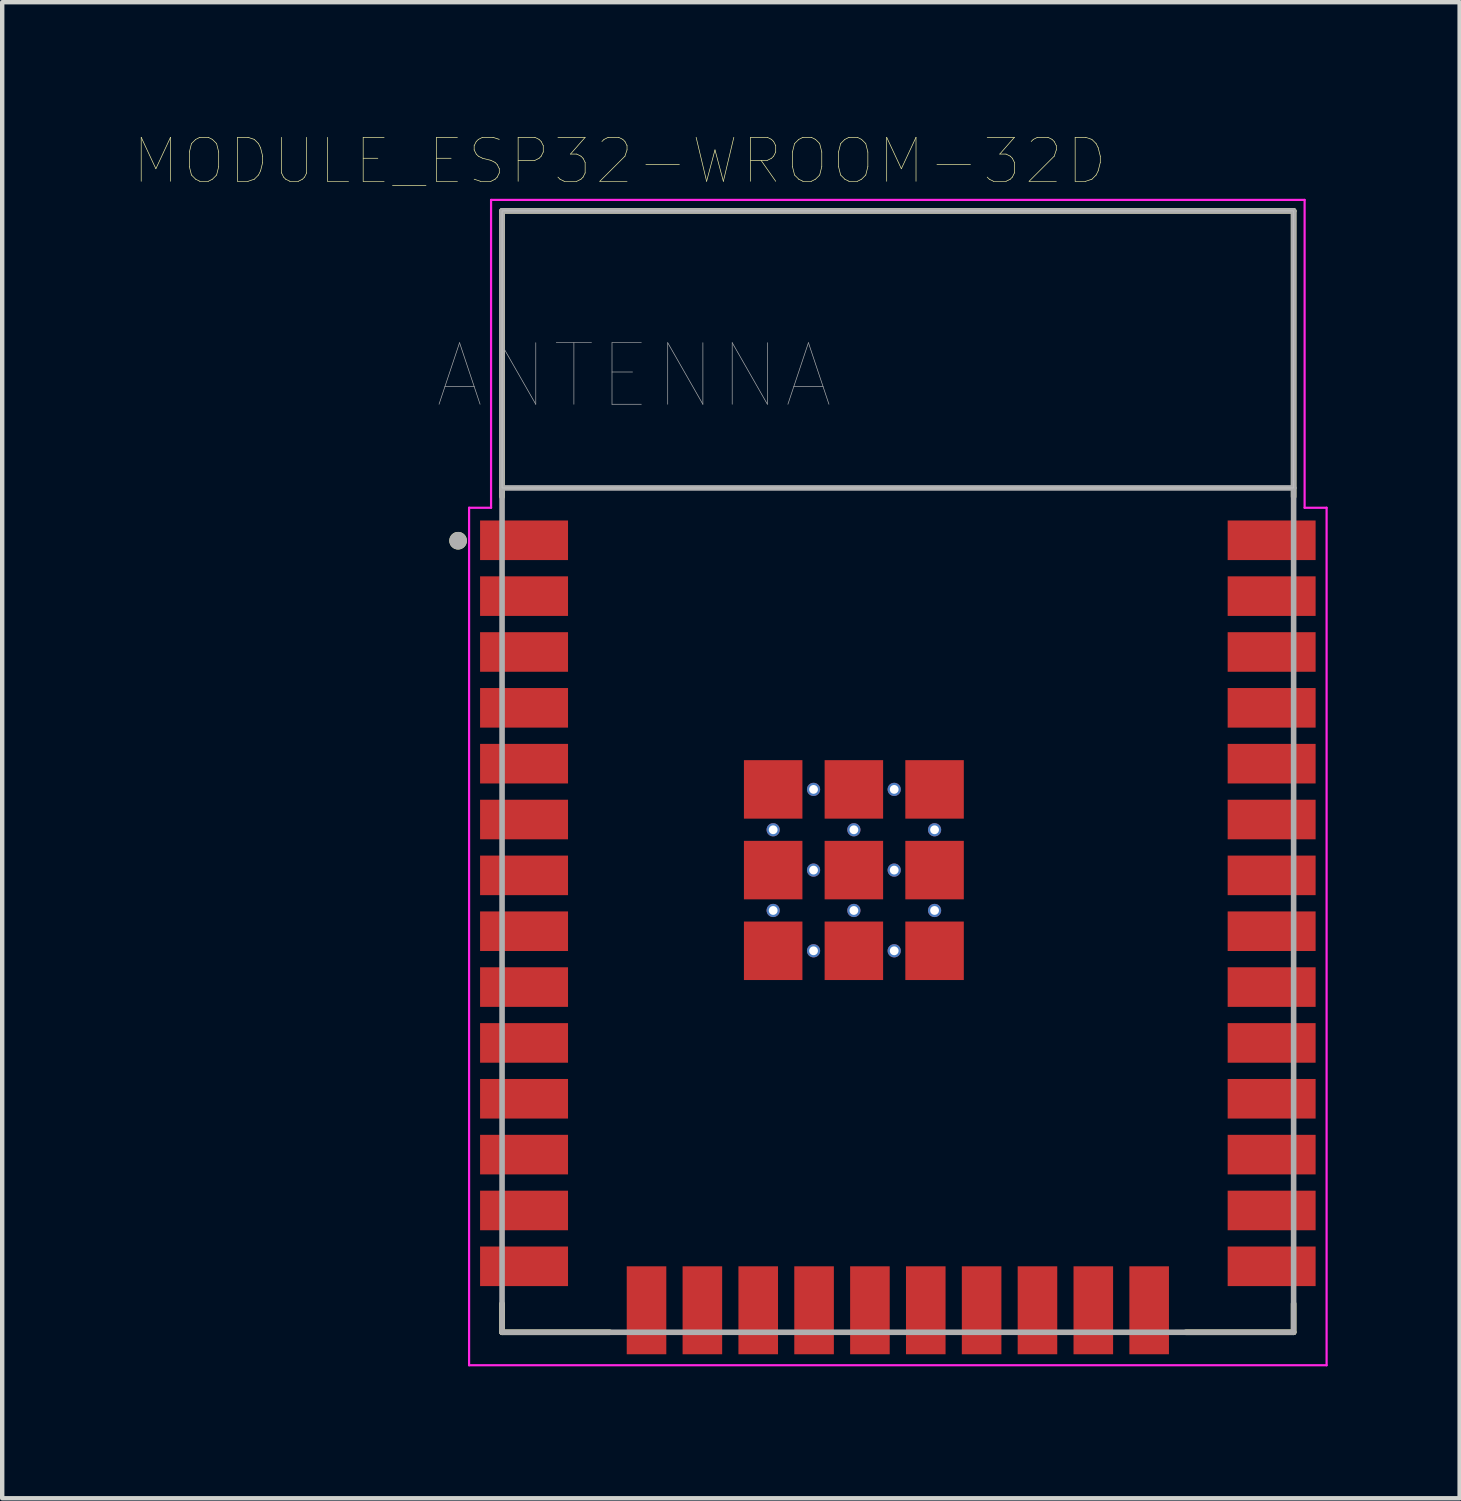
<source format=kicad_pcb>
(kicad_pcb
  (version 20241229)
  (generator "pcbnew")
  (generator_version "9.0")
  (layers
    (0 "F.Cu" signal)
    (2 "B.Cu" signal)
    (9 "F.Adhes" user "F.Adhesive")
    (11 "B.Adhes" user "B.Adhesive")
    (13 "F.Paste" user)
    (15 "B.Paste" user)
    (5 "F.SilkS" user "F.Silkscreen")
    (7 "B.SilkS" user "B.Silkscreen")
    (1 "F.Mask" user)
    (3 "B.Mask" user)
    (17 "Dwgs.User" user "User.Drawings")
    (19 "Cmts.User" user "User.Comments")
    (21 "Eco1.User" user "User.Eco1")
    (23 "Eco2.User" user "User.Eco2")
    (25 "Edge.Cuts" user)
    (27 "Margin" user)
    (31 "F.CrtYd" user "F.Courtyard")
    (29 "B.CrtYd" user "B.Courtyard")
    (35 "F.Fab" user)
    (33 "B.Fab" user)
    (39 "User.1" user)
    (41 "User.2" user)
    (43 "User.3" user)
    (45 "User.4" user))
  (footprint "MODULE_ESP32-WROOM-32D"
    (layer "F.Cu")
    (at 17.367 14.496)
    (property "Reference" "MODULE_ESP32-WROOM-32D" (at -6.325 -13.885 0) (layer "F.SilkS") (effects (font (size 1 1) (thickness 0.015))))
    (attr through_hole)
    (fp_line (start -9 -12.75) (end 9 -12.75) (stroke (width 0.127) (type solid)) (layer "F.SilkS"))
    (fp_line (start -9 -6.25) (end -9 -12.75) (stroke (width 0.127) (type solid)) (layer "F.SilkS"))
    (fp_line (start -9 12.1) (end -9 12.75) (stroke (width 0.127) (type solid)) (layer "F.SilkS"))
    (fp_line (start -9 12.75) (end -6.55 12.75) (stroke (width 0.127) (type solid)) (layer "F.SilkS"))
    (fp_line (start 6.55 12.75) (end 9 12.75) (stroke (width 0.127) (type solid)) (layer "F.SilkS"))
    (fp_line (start 9 -12.75) (end 9 -6.25) (stroke (width 0.127) (type solid)) (layer "F.SilkS"))
    (fp_line (start 9 12.75) (end 9 12.1) (stroke (width 0.127) (type solid)) (layer "F.SilkS"))
    (fp_circle (center -10 -5.25) (end -9.9 -5.25) (stroke (width 0.2) (type solid)) (fill no) (layer "F.SilkS"))
    (fp_poly (pts (xy -9 -12.75) (xy 9 -12.75) (xy 9 -6.45) (xy -9 -6.45)) (stroke (width 0.01) (type solid)) (fill no) (layer "Dwgs.User"))
    (fp_poly (pts (xy -9 -12.75) (xy 9 -12.75) (xy 9 -6.45) (xy -9 -6.45)) (stroke (width 0.01) (type solid)) (fill no) (layer "Dwgs.User"))
    (fp_line (start -9.75 -6) (end -9.25 -6) (stroke (width 0.05) (type solid)) (layer "F.CrtYd"))
    (fp_line (start -9.75 13.5) (end -9.75 -6) (stroke (width 0.05) (type solid)) (layer "F.CrtYd"))
    (fp_line (start -9.25 -13) (end 9.25 -13) (stroke (width 0.05) (type solid)) (layer "F.CrtYd"))
    (fp_line (start -9.25 -6) (end -9.25 -13) (stroke (width 0.05) (type solid)) (layer "F.CrtYd"))
    (fp_line (start 9.25 -13) (end 9.25 -6) (stroke (width 0.05) (type solid)) (layer "F.CrtYd"))
    (fp_line (start 9.25 -6) (end 9.75 -6) (stroke (width 0.05) (type solid)) (layer "F.CrtYd"))
    (fp_line (start 9.75 -6) (end 9.75 13.5) (stroke (width 0.05) (type solid)) (layer "F.CrtYd"))
    (fp_line (start 9.75 13.5) (end -9.75 13.5) (stroke (width 0.05) (type solid)) (layer "F.CrtYd"))
    (fp_line (start -9 -12.75) (end -9 -6.45) (stroke (width 0.127) (type solid)) (layer "F.Fab"))
    (fp_line (start -9 -12.75) (end 9 -12.75) (stroke (width 0.127) (type solid)) (layer "F.Fab"))
    (fp_line (start -9 -6.45) (end 9 -6.45) (stroke (width 0.127) (type solid)) (layer "F.Fab"))
    (fp_line (start -9 12.75) (end -9 -6.45) (stroke (width 0.127) (type solid)) (layer "F.Fab"))
    (fp_line (start 9 -12.75) (end 9 -6.45) (stroke (width 0.127) (type solid)) (layer "F.Fab"))
    (fp_line (start 9 -6.45) (end 9 12.75) (stroke (width 0.127) (type solid)) (layer "F.Fab"))
    (fp_line (start 9 12.75) (end -9 12.75) (stroke (width 0.127) (type solid)) (layer "F.Fab"))
    (fp_circle (center -10 -5.25) (end -9.9 -5.25) (stroke (width 0.2) (type solid)) (fill no) (layer "F.Fab"))
    (fp_text user "ANTENNA" (at -6 -9 0) (layer "F.Fab") (effects (font (size 1.4 1.4) (thickness 0.015))))
    (pad "1" smd rect (at -8.5 -5.26) (size 2 0.9) (layers "F.Cu" "F.Mask" "F.Paste"))
    (pad "2" smd rect (at -8.5 -3.99) (size 2 0.9) (layers "F.Cu" "F.Mask" "F.Paste"))
    (pad "3" smd rect (at -8.5 -2.72) (size 2 0.9) (layers "F.Cu" "F.Mask" "F.Paste"))
    (pad "4" smd rect (at -8.5 -1.45) (size 2 0.9) (layers "F.Cu" "F.Mask" "F.Paste"))
    (pad "5" smd rect (at -8.5 -0.18) (size 2 0.9) (layers "F.Cu" "F.Mask" "F.Paste"))
    (pad "6" smd rect (at -8.5 1.09) (size 2 0.9) (layers "F.Cu" "F.Mask" "F.Paste"))
    (pad "7" smd rect (at -8.5 2.36) (size 2 0.9) (layers "F.Cu" "F.Mask" "F.Paste"))
    (pad "8" smd rect (at -8.5 3.63) (size 2 0.9) (layers "F.Cu" "F.Mask" "F.Paste"))
    (pad "9" smd rect (at -8.5 4.9) (size 2 0.9) (layers "F.Cu" "F.Mask" "F.Paste"))
    (pad "10" smd rect (at -8.5 6.17) (size 2 0.9) (layers "F.Cu" "F.Mask" "F.Paste"))
    (pad "11" smd rect (at -8.5 7.44) (size 2 0.9) (layers "F.Cu" "F.Mask" "F.Paste"))
    (pad "12" smd rect (at -8.5 8.71) (size 2 0.9) (layers "F.Cu" "F.Mask" "F.Paste"))
    (pad "13" smd rect (at -8.5 9.98) (size 2 0.9) (layers "F.Cu" "F.Mask" "F.Paste"))
    (pad "14" smd rect (at -8.5 11.25) (size 2 0.9) (layers "F.Cu" "F.Mask" "F.Paste"))
    (pad "15" smd rect (at -5.715 12.25) (size 0.9 2) (layers "F.Cu" "F.Mask" "F.Paste"))
    (pad "16" smd rect (at -4.445 12.25) (size 0.9 2) (layers "F.Cu" "F.Mask" "F.Paste"))
    (pad "17" smd rect (at -3.175 12.25) (size 0.9 2) (layers "F.Cu" "F.Mask" "F.Paste"))
    (pad "18" smd rect (at -1.905 12.25) (size 0.9 2) (layers "F.Cu" "F.Mask" "F.Paste"))
    (pad "19" smd rect (at -0.635 12.25) (size 0.9 2) (layers "F.Cu" "F.Mask" "F.Paste"))
    (pad "20" smd rect (at 0.635 12.25) (size 0.9 2) (layers "F.Cu" "F.Mask" "F.Paste"))
    (pad "21" smd rect (at 1.905 12.25) (size 0.9 2) (layers "F.Cu" "F.Mask" "F.Paste"))
    (pad "22" smd rect (at 3.175 12.25) (size 0.9 2) (layers "F.Cu" "F.Mask" "F.Paste"))
    (pad "23" smd rect (at 4.445 12.25) (size 0.9 2) (layers "F.Cu" "F.Mask" "F.Paste"))
    (pad "24" smd rect (at 5.715 12.25) (size 0.9 2) (layers "F.Cu" "F.Mask" "F.Paste"))
    (pad "25" smd rect (at 8.5 11.25) (size 2 0.9) (layers "F.Cu" "F.Mask" "F.Paste"))
    (pad "26" smd rect (at 8.5 9.98) (size 2 0.9) (layers "F.Cu" "F.Mask" "F.Paste"))
    (pad "27" smd rect (at 8.5 8.71) (size 2 0.9) (layers "F.Cu" "F.Mask" "F.Paste"))
    (pad "28" smd rect (at 8.5 7.44) (size 2 0.9) (layers "F.Cu" "F.Mask" "F.Paste"))
    (pad "29" smd rect (at 8.5 6.17) (size 2 0.9) (layers "F.Cu" "F.Mask" "F.Paste"))
    (pad "30" smd rect (at 8.5 4.9) (size 2 0.9) (layers "F.Cu" "F.Mask" "F.Paste"))
    (pad "31" smd rect (at 8.5 3.63) (size 2 0.9) (layers "F.Cu" "F.Mask" "F.Paste"))
    (pad "32" smd rect (at 8.5 2.36) (size 2 0.9) (layers "F.Cu" "F.Mask" "F.Paste"))
    (pad "33" smd rect (at 8.5 1.09) (size 2 0.9) (layers "F.Cu" "F.Mask" "F.Paste"))
    (pad "34" smd rect (at 8.5 -0.18) (size 2 0.9) (layers "F.Cu" "F.Mask" "F.Paste"))
    (pad "35" smd rect (at 8.5 -1.45) (size 2 0.9) (layers "F.Cu" "F.Mask" "F.Paste"))
    (pad "36" smd rect (at 8.5 -2.72) (size 2 0.9) (layers "F.Cu" "F.Mask" "F.Paste"))
    (pad "37" smd rect (at 8.5 -3.99) (size 2 0.9) (layers "F.Cu" "F.Mask" "F.Paste"))
    (pad "38" smd rect (at 8.5 -5.26) (size 2 0.9) (layers "F.Cu" "F.Mask" "F.Paste"))
    (pad "39_1" smd rect (at -2.835 0.405) (size 1.33 1.33) (layers "F.Cu" "F.Mask" "F.Paste"))
    (pad "39_2" smd rect (at -1 0.405) (size 1.33 1.33) (layers "F.Cu" "F.Mask" "F.Paste"))
    (pad "39_3" smd rect (at 0.835 0.405) (size 1.33 1.33) (layers "F.Cu" "F.Mask" "F.Paste"))
    (pad "39_4" smd rect (at -2.835 2.24) (size 1.33 1.33) (layers "F.Cu" "F.Mask" "F.Paste"))
    (pad "39_5" smd rect (at -1 2.24) (size 1.33 1.33) (layers "F.Cu" "F.Mask" "F.Paste"))
    (pad "39_6" smd rect (at 0.835 2.24) (size 1.33 1.33) (layers "F.Cu" "F.Mask" "F.Paste"))
    (pad "39_7" smd rect (at -2.835 4.075) (size 1.33 1.33) (layers "F.Cu" "F.Mask" "F.Paste"))
    (pad "39_8" smd rect (at -1 4.075) (size 1.33 1.33) (layers "F.Cu" "F.Mask" "F.Paste"))
    (pad "39_9" smd rect (at 0.835 4.075) (size 1.33 1.33) (layers "F.Cu" "F.Mask" "F.Paste"))
    (pad "39_10" thru_hole circle (at -1.917 0.405) (size 0.3 0.3) (drill 0.2) (layers "*.Cu" "*.Mask"))
    (pad "39_11" thru_hole circle (at -0.083 0.405) (size 0.3 0.3) (drill 0.2) (layers "*.Cu" "*.Mask"))
    (pad "39_12" thru_hole circle (at -2.835 1.323) (size 0.3 0.3) (drill 0.2) (layers "*.Cu" "*.Mask"))
    (pad "39_13" thru_hole circle (at -1 1.323) (size 0.3 0.3) (drill 0.2) (layers "*.Cu" "*.Mask"))
    (pad "39_14" thru_hole circle (at 0.835 1.323) (size 0.3 0.3) (drill 0.2) (layers "*.Cu" "*.Mask"))
    (pad "39_15" thru_hole circle (at -1.917 2.24) (size 0.3 0.3) (drill 0.2) (layers "*.Cu" "*.Mask"))
    (pad "39_16" thru_hole circle (at -0.083 2.24) (size 0.3 0.3) (drill 0.2) (layers "*.Cu" "*.Mask"))
    (pad "39_17" thru_hole circle (at -2.835 3.158) (size 0.3 0.3) (drill 0.2) (layers "*.Cu" "*.Mask"))
    (pad "39_18" thru_hole circle (at -1 3.158) (size 0.3 0.3) (drill 0.2) (layers "*.Cu" "*.Mask"))
    (pad "39_19" thru_hole circle (at 0.835 3.158) (size 0.3 0.3) (drill 0.2) (layers "*.Cu" "*.Mask"))
    (pad "39_20" thru_hole circle (at -1.917 4.075) (size 0.3 0.3) (drill 0.2) (layers "*.Cu" "*.Mask"))
    (pad "39_21" thru_hole circle (at -0.083 4.075) (size 0.3 0.3) (drill 0.2) (layers "*.Cu" "*.Mask")))
  (gr_rect
    (start -3 -3)
    (end 30.142 31.021)
    (stroke (width 0.1) (type default))
    (fill no)
    (layer "Edge.Cuts")))
</source>
